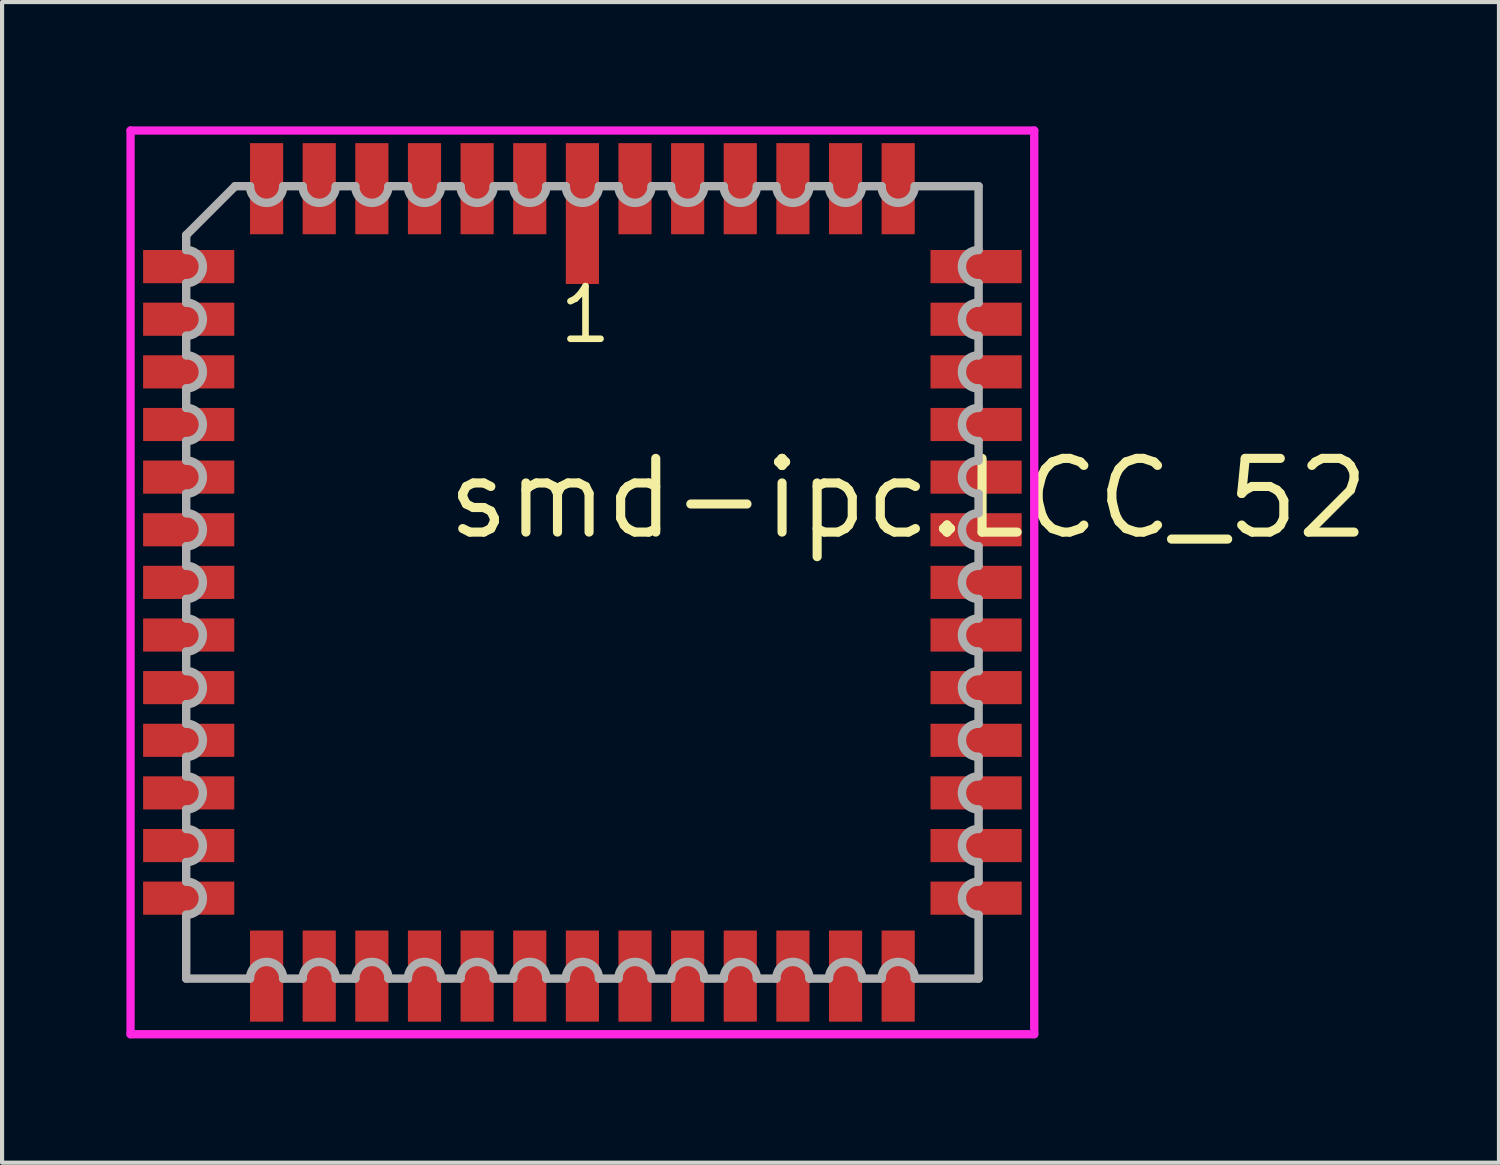
<source format=kicad_pcb>
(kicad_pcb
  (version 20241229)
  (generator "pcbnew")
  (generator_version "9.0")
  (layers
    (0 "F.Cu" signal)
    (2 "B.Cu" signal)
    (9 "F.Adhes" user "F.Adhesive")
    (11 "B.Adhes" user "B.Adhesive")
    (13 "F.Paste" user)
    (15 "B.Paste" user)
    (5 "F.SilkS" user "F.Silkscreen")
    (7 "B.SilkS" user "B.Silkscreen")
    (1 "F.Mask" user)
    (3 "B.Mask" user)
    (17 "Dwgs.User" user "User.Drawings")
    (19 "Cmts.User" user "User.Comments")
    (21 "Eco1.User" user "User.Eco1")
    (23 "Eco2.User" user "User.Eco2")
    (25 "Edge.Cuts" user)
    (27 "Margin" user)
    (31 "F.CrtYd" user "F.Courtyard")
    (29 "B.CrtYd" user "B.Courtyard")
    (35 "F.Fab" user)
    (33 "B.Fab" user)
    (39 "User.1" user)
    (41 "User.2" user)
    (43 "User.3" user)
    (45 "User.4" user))
  (footprint "smd-ipc.LCC_52"
    (layer "F.Cu")
    (at 11.003 11.003)
    (property "Reference" "smd-ipc.LCC_52" (at -3.37 -0.985 0) (layer "F.SilkS") (effects (font (size 1.778 1.778) (thickness 0.22)) (justify left bottom)))
    (attr smd)
    (fp_line (start -10.903 -10.903) (end 10.903 -10.903) (stroke (width 0.2) (type default)) (layer "F.CrtYd"))
    (fp_line (start -10.903 10.903) (end -10.903 -10.903) (stroke (width 0.2) (type default)) (layer "F.CrtYd"))
    (fp_line (start 10.903 -10.903) (end 10.903 10.903) (stroke (width 0.2) (type default)) (layer "F.CrtYd"))
    (fp_line (start 10.903 10.903) (end -10.903 10.903) (stroke (width 0.2) (type default)) (layer "F.CrtYd"))
    (fp_line (start -9.56 -8.38) (end -9.56 -8.02) (stroke (width 0.203) (type default)) (layer "F.Fab"))
    (fp_line (start -9.56 -7.22) (end -9.56 -6.75) (stroke (width 0.203) (type default)) (layer "F.Fab"))
    (fp_line (start -9.56 -5.95) (end -9.56 -5.48) (stroke (width 0.203) (type default)) (layer "F.Fab"))
    (fp_line (start -9.56 -4.68) (end -9.56 -4.21) (stroke (width 0.203) (type default)) (layer "F.Fab"))
    (fp_line (start -9.56 -3.41) (end -9.56 -2.94) (stroke (width 0.203) (type default)) (layer "F.Fab"))
    (fp_line (start -9.56 -2.14) (end -9.56 -1.67) (stroke (width 0.203) (type default)) (layer "F.Fab"))
    (fp_line (start -9.56 -0.87) (end -9.56 -0.4) (stroke (width 0.203) (type default)) (layer "F.Fab"))
    (fp_line (start -9.56 0.4) (end -9.56 0.87) (stroke (width 0.203) (type default)) (layer "F.Fab"))
    (fp_line (start -9.56 1.67) (end -9.56 2.14) (stroke (width 0.203) (type default)) (layer "F.Fab"))
    (fp_line (start -9.56 2.94) (end -9.56 3.41) (stroke (width 0.203) (type default)) (layer "F.Fab"))
    (fp_line (start -9.56 4.21) (end -9.56 4.68) (stroke (width 0.203) (type default)) (layer "F.Fab"))
    (fp_line (start -9.56 5.48) (end -9.56 5.95) (stroke (width 0.203) (type default)) (layer "F.Fab"))
    (fp_line (start -9.56 6.75) (end -9.56 7.22) (stroke (width 0.203) (type default)) (layer "F.Fab"))
    (fp_line (start -9.56 8.02) (end -9.56 9.56) (stroke (width 0.203) (type default)) (layer "F.Fab"))
    (fp_line (start -9.56 9.56) (end -8.02 9.56) (stroke (width 0.203) (type default)) (layer "F.Fab"))
    (fp_line (start -8.38 -9.56) (end -9.56 -8.38) (stroke (width 0.203) (type default)) (layer "F.Fab"))
    (fp_line (start -8.02 -9.56) (end -8.38 -9.56) (stroke (width 0.203) (type default)) (layer "F.Fab"))
    (fp_line (start -7.22 9.56) (end -6.75 9.56) (stroke (width 0.203) (type default)) (layer "F.Fab"))
    (fp_line (start -6.75 -9.56) (end -7.22 -9.56) (stroke (width 0.203) (type default)) (layer "F.Fab"))
    (fp_line (start -5.95 9.56) (end -5.48 9.56) (stroke (width 0.203) (type default)) (layer "F.Fab"))
    (fp_line (start -5.48 -9.56) (end -5.95 -9.56) (stroke (width 0.203) (type default)) (layer "F.Fab"))
    (fp_line (start -4.68 9.56) (end -4.21 9.56) (stroke (width 0.203) (type default)) (layer "F.Fab"))
    (fp_line (start -4.21 -9.56) (end -4.68 -9.56) (stroke (width 0.203) (type default)) (layer "F.Fab"))
    (fp_line (start -3.41 9.56) (end -2.94 9.56) (stroke (width 0.203) (type default)) (layer "F.Fab"))
    (fp_line (start -2.94 -9.56) (end -3.41 -9.56) (stroke (width 0.203) (type default)) (layer "F.Fab"))
    (fp_line (start -2.14 9.56) (end -1.67 9.56) (stroke (width 0.203) (type default)) (layer "F.Fab"))
    (fp_line (start -1.67 -9.56) (end -2.14 -9.56) (stroke (width 0.203) (type default)) (layer "F.Fab"))
    (fp_line (start -0.87 9.56) (end -0.4 9.56) (stroke (width 0.203) (type default)) (layer "F.Fab"))
    (fp_line (start -0.4 -9.56) (end -0.87 -9.56) (stroke (width 0.203) (type default)) (layer "F.Fab"))
    (fp_line (start 0.4 9.56) (end 0.87 9.56) (stroke (width 0.203) (type default)) (layer "F.Fab"))
    (fp_line (start 0.87 -9.56) (end 0.4 -9.56) (stroke (width 0.203) (type default)) (layer "F.Fab"))
    (fp_line (start 1.67 9.56) (end 2.14 9.56) (stroke (width 0.203) (type default)) (layer "F.Fab"))
    (fp_line (start 2.14 -9.56) (end 1.67 -9.56) (stroke (width 0.203) (type default)) (layer "F.Fab"))
    (fp_line (start 2.94 9.56) (end 3.41 9.56) (stroke (width 0.203) (type default)) (layer "F.Fab"))
    (fp_line (start 3.41 -9.56) (end 2.94 -9.56) (stroke (width 0.203) (type default)) (layer "F.Fab"))
    (fp_line (start 4.21 9.56) (end 4.68 9.56) (stroke (width 0.203) (type default)) (layer "F.Fab"))
    (fp_line (start 4.68 -9.56) (end 4.21 -9.56) (stroke (width 0.203) (type default)) (layer "F.Fab"))
    (fp_line (start 5.48 9.56) (end 5.95 9.56) (stroke (width 0.203) (type default)) (layer "F.Fab"))
    (fp_line (start 5.95 -9.56) (end 5.48 -9.56) (stroke (width 0.203) (type default)) (layer "F.Fab"))
    (fp_line (start 6.75 9.56) (end 7.22 9.56) (stroke (width 0.203) (type default)) (layer "F.Fab"))
    (fp_line (start 7.22 -9.56) (end 6.75 -9.56) (stroke (width 0.203) (type default)) (layer "F.Fab"))
    (fp_line (start 8.02 9.56) (end 9.56 9.56) (stroke (width 0.203) (type default)) (layer "F.Fab"))
    (fp_line (start 9.56 -9.56) (end 8.02 -9.56) (stroke (width 0.203) (type default)) (layer "F.Fab"))
    (fp_line (start 9.56 -8.02) (end 9.56 -9.56) (stroke (width 0.203) (type default)) (layer "F.Fab"))
    (fp_line (start 9.56 -6.75) (end 9.56 -7.22) (stroke (width 0.203) (type default)) (layer "F.Fab"))
    (fp_line (start 9.56 -5.48) (end 9.56 -5.95) (stroke (width 0.203) (type default)) (layer "F.Fab"))
    (fp_line (start 9.56 -4.21) (end 9.56 -4.68) (stroke (width 0.203) (type default)) (layer "F.Fab"))
    (fp_line (start 9.56 -2.94) (end 9.56 -3.41) (stroke (width 0.203) (type default)) (layer "F.Fab"))
    (fp_line (start 9.56 -1.67) (end 9.56 -2.14) (stroke (width 0.203) (type default)) (layer "F.Fab"))
    (fp_line (start 9.56 -0.4) (end 9.56 -0.87) (stroke (width 0.203) (type default)) (layer "F.Fab"))
    (fp_line (start 9.56 0.87) (end 9.56 0.4) (stroke (width 0.203) (type default)) (layer "F.Fab"))
    (fp_line (start 9.56 2.14) (end 9.56 1.67) (stroke (width 0.203) (type default)) (layer "F.Fab"))
    (fp_line (start 9.56 3.41) (end 9.56 2.94) (stroke (width 0.203) (type default)) (layer "F.Fab"))
    (fp_line (start 9.56 4.68) (end 9.56 4.21) (stroke (width 0.203) (type default)) (layer "F.Fab"))
    (fp_line (start 9.56 5.95) (end 9.56 5.48) (stroke (width 0.203) (type default)) (layer "F.Fab"))
    (fp_line (start 9.56 7.22) (end 9.56 6.75) (stroke (width 0.203) (type default)) (layer "F.Fab"))
    (fp_line (start 9.56 9.56) (end 9.56 8.02) (stroke (width 0.203) (type default)) (layer "F.Fab"))
    (fp_arc (start -9.5583 -8.02) (mid -9.1583 -7.62) (end -9.5583 -7.22) (stroke (width 0.2032) (type default)) (layer "F.Fab"))
    (fp_arc (start -9.5583 -6.75) (mid -9.1583 -6.35) (end -9.5583 -5.95) (stroke (width 0.2032) (type default)) (layer "F.Fab"))
    (fp_arc (start -9.5583 -5.48) (mid -9.1583 -5.08) (end -9.5583 -4.68) (stroke (width 0.2032) (type default)) (layer "F.Fab"))
    (fp_arc (start -9.5583 -4.21) (mid -9.1583 -3.81) (end -9.5583 -3.41) (stroke (width 0.2032) (type default)) (layer "F.Fab"))
    (fp_arc (start -9.5583 -2.94) (mid -9.1583 -2.54) (end -9.5583 -2.14) (stroke (width 0.2032) (type default)) (layer "F.Fab"))
    (fp_arc (start -9.5583 -1.67) (mid -9.1583 -1.27) (end -9.5583 -0.87) (stroke (width 0.2032) (type default)) (layer "F.Fab"))
    (fp_arc (start -9.5583 -0.4001) (mid -9.1582 0) (end -9.5583 0.4001) (stroke (width 0.2032) (type default)) (layer "F.Fab"))
    (fp_arc (start -9.5583 0.8699) (mid -9.1582 1.27) (end -9.5583 1.6701) (stroke (width 0.2032) (type default)) (layer "F.Fab"))
    (fp_arc (start -9.5583 2.1399) (mid -9.1582 2.54) (end -9.5583 2.9401) (stroke (width 0.2032) (type default)) (layer "F.Fab"))
    (fp_arc (start -9.5583 3.4099) (mid -9.1582 3.81) (end -9.5583 4.2101) (stroke (width 0.2032) (type default)) (layer "F.Fab"))
    (fp_arc (start -9.5583 4.6799) (mid -9.1582 5.08) (end -9.5583 5.4801) (stroke (width 0.2032) (type default)) (layer "F.Fab"))
    (fp_arc (start -9.5583 5.9499) (mid -9.1582 6.35) (end -9.5583 6.7501) (stroke (width 0.2032) (type default)) (layer "F.Fab"))
    (fp_arc (start -9.5583 7.2199) (mid -9.1582 7.62) (end -9.5583 8.0201) (stroke (width 0.2032) (type default)) (layer "F.Fab"))
    (fp_arc (start -8.0201 9.5583) (mid -7.62 9.1582) (end -7.2199 9.5583) (stroke (width 0.2032) (type default)) (layer "F.Fab"))
    (fp_arc (start -7.2199 -9.5583) (mid -7.62 -9.1582) (end -8.0201 -9.5583) (stroke (width 0.2032) (type default)) (layer "F.Fab"))
    (fp_arc (start -6.7501 9.5583) (mid -6.35 9.1582) (end -5.9499 9.5583) (stroke (width 0.2032) (type default)) (layer "F.Fab"))
    (fp_arc (start -5.9499 -9.5583) (mid -6.35 -9.1582) (end -6.7501 -9.5583) (stroke (width 0.2032) (type default)) (layer "F.Fab"))
    (fp_arc (start -5.4801 9.5583) (mid -5.08 9.1582) (end -4.6799 9.5583) (stroke (width 0.2032) (type default)) (layer "F.Fab"))
    (fp_arc (start -4.6799 -9.5583) (mid -5.08 -9.1582) (end -5.4801 -9.5583) (stroke (width 0.2032) (type default)) (layer "F.Fab"))
    (fp_arc (start -4.2101 9.5583) (mid -3.81 9.1582) (end -3.4099 9.5583) (stroke (width 0.2032) (type default)) (layer "F.Fab"))
    (fp_arc (start -3.4099 -9.5583) (mid -3.81 -9.1582) (end -4.2101 -9.5583) (stroke (width 0.2032) (type default)) (layer "F.Fab"))
    (fp_arc (start -2.9401 9.5583) (mid -2.54 9.1582) (end -2.1399 9.5583) (stroke (width 0.2032) (type default)) (layer "F.Fab"))
    (fp_arc (start -2.1399 -9.5583) (mid -2.54 -9.1582) (end -2.9401 -9.5583) (stroke (width 0.2032) (type default)) (layer "F.Fab"))
    (fp_arc (start -1.6701 9.5583) (mid -1.27 9.1582) (end -0.8699 9.5583) (stroke (width 0.2032) (type default)) (layer "F.Fab"))
    (fp_arc (start -0.8699 -9.5583) (mid -1.27 -9.1582) (end -1.6701 -9.5583) (stroke (width 0.2032) (type default)) (layer "F.Fab"))
    (fp_arc (start -0.4001 9.5583) (mid 0 9.1582) (end 0.4001 9.5583) (stroke (width 0.2032) (type default)) (layer "F.Fab"))
    (fp_arc (start 0.4001 -9.5583) (mid 0 -9.1582) (end -0.4001 -9.5583) (stroke (width 0.2032) (type default)) (layer "F.Fab"))
    (fp_arc (start 0.87 9.5583) (mid 1.27 9.1583) (end 1.67 9.5583) (stroke (width 0.2032) (type default)) (layer "F.Fab"))
    (fp_arc (start 1.67 -9.5583) (mid 1.27 -9.1583) (end 0.87 -9.5583) (stroke (width 0.2032) (type default)) (layer "F.Fab"))
    (fp_arc (start 2.14 9.5583) (mid 2.54 9.1583) (end 2.94 9.5583) (stroke (width 0.2032) (type default)) (layer "F.Fab"))
    (fp_arc (start 2.94 -9.5583) (mid 2.54 -9.1583) (end 2.14 -9.5583) (stroke (width 0.2032) (type default)) (layer "F.Fab"))
    (fp_arc (start 3.41 9.5583) (mid 3.81 9.1583) (end 4.21 9.5583) (stroke (width 0.2032) (type default)) (layer "F.Fab"))
    (fp_arc (start 4.21 -9.5583) (mid 3.81 -9.1583) (end 3.41 -9.5583) (stroke (width 0.2032) (type default)) (layer "F.Fab"))
    (fp_arc (start 4.68 9.5583) (mid 5.08 9.1583) (end 5.48 9.5583) (stroke (width 0.2032) (type default)) (layer "F.Fab"))
    (fp_arc (start 5.48 -9.5583) (mid 5.08 -9.1583) (end 4.68 -9.5583) (stroke (width 0.2032) (type default)) (layer "F.Fab"))
    (fp_arc (start 5.95 9.5583) (mid 6.35 9.1583) (end 6.75 9.5583) (stroke (width 0.2032) (type default)) (layer "F.Fab"))
    (fp_arc (start 6.75 -9.5583) (mid 6.35 -9.1583) (end 5.95 -9.5583) (stroke (width 0.2032) (type default)) (layer "F.Fab"))
    (fp_arc (start 7.22 9.5583) (mid 7.62 9.1583) (end 8.02 9.5583) (stroke (width 0.2032) (type default)) (layer "F.Fab"))
    (fp_arc (start 8.02 -9.5583) (mid 7.62 -9.1583) (end 7.22 -9.5583) (stroke (width 0.2032) (type default)) (layer "F.Fab"))
    (fp_arc (start 9.5583 -7.2199) (mid 9.1582 -7.62) (end 9.5583 -8.0201) (stroke (width 0.2032) (type default)) (layer "F.Fab"))
    (fp_arc (start 9.5583 -5.9499) (mid 9.1582 -6.35) (end 9.5583 -6.7501) (stroke (width 0.2032) (type default)) (layer "F.Fab"))
    (fp_arc (start 9.5583 -4.68) (mid 9.1583 -5.08) (end 9.5583 -5.48) (stroke (width 0.2032) (type default)) (layer "F.Fab"))
    (fp_arc (start 9.5583 -3.41) (mid 9.1583 -3.81) (end 9.5583 -4.21) (stroke (width 0.2032) (type default)) (layer "F.Fab"))
    (fp_arc (start 9.5583 -2.14) (mid 9.1583 -2.54) (end 9.5583 -2.94) (stroke (width 0.2032) (type default)) (layer "F.Fab"))
    (fp_arc (start 9.5583 -0.87) (mid 9.1583 -1.27) (end 9.5583 -1.67) (stroke (width 0.2032) (type default)) (layer "F.Fab"))
    (fp_arc (start 9.5583 0.4001) (mid 9.1582 0) (end 9.5583 -0.4001) (stroke (width 0.2032) (type default)) (layer "F.Fab"))
    (fp_arc (start 9.5583 1.67) (mid 9.1583 1.27) (end 9.5583 0.87) (stroke (width 0.2032) (type default)) (layer "F.Fab"))
    (fp_arc (start 9.5583 2.94) (mid 9.1583 2.54) (end 9.5583 2.14) (stroke (width 0.2032) (type default)) (layer "F.Fab"))
    (fp_arc (start 9.5583 4.21) (mid 9.1583 3.81) (end 9.5583 3.41) (stroke (width 0.2032) (type default)) (layer "F.Fab"))
    (fp_arc (start 9.5583 5.48) (mid 9.1583 5.08) (end 9.5583 4.68) (stroke (width 0.2032) (type default)) (layer "F.Fab"))
    (fp_arc (start 9.5583 6.75) (mid 9.1583 6.35) (end 9.5583 5.95) (stroke (width 0.2032) (type default)) (layer "F.Fab"))
    (fp_arc (start 9.5583 8.02) (mid 9.1583 7.62) (end 9.5583 7.22) (stroke (width 0.2032) (type default)) (layer "F.Fab"))
    (fp_text user "1" (at -0.635 -5.715 0) (layer "F.SilkS") (effects (font (size 1.27 1.27) (thickness 0.16)) (justify left bottom)))
    (pad "1" smd roundrect (at 0 -8.9) (size 0.8 3.4) (layers "F.Cu" "F.Mask" "F.Paste") (roundrect_rratio 0.01))
    (pad "2" smd roundrect (at -1.27 -9.5) (size 0.8 2.2) (layers "F.Cu" "F.Mask" "F.Paste") (roundrect_rratio 0.01))
    (pad "3" smd roundrect (at -2.54 -9.5) (size 0.8 2.2) (layers "F.Cu" "F.Mask" "F.Paste") (roundrect_rratio 0.01))
    (pad "4" smd roundrect (at -3.81 -9.5) (size 0.8 2.2) (layers "F.Cu" "F.Mask" "F.Paste") (roundrect_rratio 0.01))
    (pad "5" smd roundrect (at -5.08 -9.5) (size 0.8 2.2) (layers "F.Cu" "F.Mask" "F.Paste") (roundrect_rratio 0.01))
    (pad "6" smd roundrect (at -6.35 -9.5) (size 0.8 2.2) (layers "F.Cu" "F.Mask" "F.Paste") (roundrect_rratio 0.01))
    (pad "7" smd roundrect (at -7.62 -9.5) (size 0.8 2.2) (layers "F.Cu" "F.Mask" "F.Paste") (roundrect_rratio 0.01))
    (pad "8" smd roundrect (at -9.5 -7.62) (size 2.2 0.8) (layers "F.Cu" "F.Mask" "F.Paste") (roundrect_rratio 0.01))
    (pad "9" smd roundrect (at -9.5 -6.35) (size 2.2 0.8) (layers "F.Cu" "F.Mask" "F.Paste") (roundrect_rratio 0.01))
    (pad "10" smd roundrect (at -9.5 -5.08) (size 2.2 0.8) (layers "F.Cu" "F.Mask" "F.Paste") (roundrect_rratio 0.01))
    (pad "11" smd roundrect (at -9.5 -3.81) (size 2.2 0.8) (layers "F.Cu" "F.Mask" "F.Paste") (roundrect_rratio 0.01))
    (pad "12" smd roundrect (at -9.5 -2.54) (size 2.2 0.8) (layers "F.Cu" "F.Mask" "F.Paste") (roundrect_rratio 0.01))
    (pad "13" smd roundrect (at -9.5 -1.27) (size 2.2 0.8) (layers "F.Cu" "F.Mask" "F.Paste") (roundrect_rratio 0.01))
    (pad "14" smd roundrect (at -9.5 0) (size 2.2 0.8) (layers "F.Cu" "F.Mask" "F.Paste") (roundrect_rratio 0.01))
    (pad "15" smd roundrect (at -9.5 1.27) (size 2.2 0.8) (layers "F.Cu" "F.Mask" "F.Paste") (roundrect_rratio 0.01))
    (pad "16" smd roundrect (at -9.5 2.54) (size 2.2 0.8) (layers "F.Cu" "F.Mask" "F.Paste") (roundrect_rratio 0.01))
    (pad "17" smd roundrect (at -9.5 3.81) (size 2.2 0.8) (layers "F.Cu" "F.Mask" "F.Paste") (roundrect_rratio 0.01))
    (pad "18" smd roundrect (at -9.5 5.08) (size 2.2 0.8) (layers "F.Cu" "F.Mask" "F.Paste") (roundrect_rratio 0.01))
    (pad "19" smd roundrect (at -9.5 6.35) (size 2.2 0.8) (layers "F.Cu" "F.Mask" "F.Paste") (roundrect_rratio 0.01))
    (pad "20" smd roundrect (at -9.5 7.62) (size 2.2 0.8) (layers "F.Cu" "F.Mask" "F.Paste") (roundrect_rratio 0.01))
    (pad "21" smd roundrect (at -7.62 9.5) (size 0.8 2.2) (layers "F.Cu" "F.Mask" "F.Paste") (roundrect_rratio 0.01))
    (pad "22" smd roundrect (at -6.35 9.5) (size 0.8 2.2) (layers "F.Cu" "F.Mask" "F.Paste") (roundrect_rratio 0.01))
    (pad "23" smd roundrect (at -5.08 9.5) (size 0.8 2.2) (layers "F.Cu" "F.Mask" "F.Paste") (roundrect_rratio 0.01))
    (pad "24" smd roundrect (at -3.81 9.5) (size 0.8 2.2) (layers "F.Cu" "F.Mask" "F.Paste") (roundrect_rratio 0.01))
    (pad "25" smd roundrect (at -2.54 9.5) (size 0.8 2.2) (layers "F.Cu" "F.Mask" "F.Paste") (roundrect_rratio 0.01))
    (pad "26" smd roundrect (at -1.27 9.5) (size 0.8 2.2) (layers "F.Cu" "F.Mask" "F.Paste") (roundrect_rratio 0.01))
    (pad "27" smd roundrect (at 0 9.5) (size 0.8 2.2) (layers "F.Cu" "F.Mask" "F.Paste") (roundrect_rratio 0.01))
    (pad "28" smd roundrect (at 1.27 9.5) (size 0.8 2.2) (layers "F.Cu" "F.Mask" "F.Paste") (roundrect_rratio 0.01))
    (pad "29" smd roundrect (at 2.54 9.5) (size 0.8 2.2) (layers "F.Cu" "F.Mask" "F.Paste") (roundrect_rratio 0.01))
    (pad "30" smd roundrect (at 3.81 9.5) (size 0.8 2.2) (layers "F.Cu" "F.Mask" "F.Paste") (roundrect_rratio 0.01))
    (pad "31" smd roundrect (at 5.08 9.5) (size 0.8 2.2) (layers "F.Cu" "F.Mask" "F.Paste") (roundrect_rratio 0.01))
    (pad "32" smd roundrect (at 6.35 9.5) (size 0.8 2.2) (layers "F.Cu" "F.Mask" "F.Paste") (roundrect_rratio 0.01))
    (pad "33" smd roundrect (at 7.62 9.5) (size 0.8 2.2) (layers "F.Cu" "F.Mask" "F.Paste") (roundrect_rratio 0.01))
    (pad "34" smd roundrect (at 9.5 7.62) (size 2.2 0.8) (layers "F.Cu" "F.Mask" "F.Paste") (roundrect_rratio 0.01))
    (pad "35" smd roundrect (at 9.5 6.35) (size 2.2 0.8) (layers "F.Cu" "F.Mask" "F.Paste") (roundrect_rratio 0.01))
    (pad "36" smd roundrect (at 9.5 5.08) (size 2.2 0.8) (layers "F.Cu" "F.Mask" "F.Paste") (roundrect_rratio 0.01))
    (pad "37" smd roundrect (at 9.5 3.81) (size 2.2 0.8) (layers "F.Cu" "F.Mask" "F.Paste") (roundrect_rratio 0.01))
    (pad "38" smd roundrect (at 9.5 2.54) (size 2.2 0.8) (layers "F.Cu" "F.Mask" "F.Paste") (roundrect_rratio 0.01))
    (pad "39" smd roundrect (at 9.5 1.27) (size 2.2 0.8) (layers "F.Cu" "F.Mask" "F.Paste") (roundrect_rratio 0.01))
    (pad "40" smd roundrect (at 9.5 0) (size 2.2 0.8) (layers "F.Cu" "F.Mask" "F.Paste") (roundrect_rratio 0.01))
    (pad "41" smd roundrect (at 9.5 -1.27) (size 2.2 0.8) (layers "F.Cu" "F.Mask" "F.Paste") (roundrect_rratio 0.01))
    (pad "42" smd roundrect (at 9.5 -2.54) (size 2.2 0.8) (layers "F.Cu" "F.Mask" "F.Paste") (roundrect_rratio 0.01))
    (pad "43" smd roundrect (at 9.5 -3.81) (size 2.2 0.8) (layers "F.Cu" "F.Mask" "F.Paste") (roundrect_rratio 0.01))
    (pad "44" smd roundrect (at 9.5 -5.08) (size 2.2 0.8) (layers "F.Cu" "F.Mask" "F.Paste") (roundrect_rratio 0.01))
    (pad "45" smd roundrect (at 9.5 -6.35) (size 2.2 0.8) (layers "F.Cu" "F.Mask" "F.Paste") (roundrect_rratio 0.01))
    (pad "46" smd roundrect (at 9.5 -7.62) (size 2.2 0.8) (layers "F.Cu" "F.Mask" "F.Paste") (roundrect_rratio 0.01))
    (pad "47" smd roundrect (at 7.62 -9.5) (size 0.8 2.2) (layers "F.Cu" "F.Mask" "F.Paste") (roundrect_rratio 0.01))
    (pad "48" smd roundrect (at 6.35 -9.5) (size 0.8 2.2) (layers "F.Cu" "F.Mask" "F.Paste") (roundrect_rratio 0.01))
    (pad "49" smd roundrect (at 5.08 -9.5) (size 0.8 2.2) (layers "F.Cu" "F.Mask" "F.Paste") (roundrect_rratio 0.01))
    (pad "50" smd roundrect (at 3.81 -9.5) (size 0.8 2.2) (layers "F.Cu" "F.Mask" "F.Paste") (roundrect_rratio 0.01))
    (pad "51" smd roundrect (at 2.54 -9.5) (size 0.8 2.2) (layers "F.Cu" "F.Mask" "F.Paste") (roundrect_rratio 0.01))
    (pad "52" smd roundrect (at 1.27 -9.5) (size 0.8 2.2) (layers "F.Cu" "F.Mask" "F.Paste") (roundrect_rratio 0.01)))
  (gr_rect
    (start -3 -3)
    (end 33.12 25.006)
    (stroke (width 0.1) (type default))
    (fill no)
    (layer "Edge.Cuts")))
</source>
